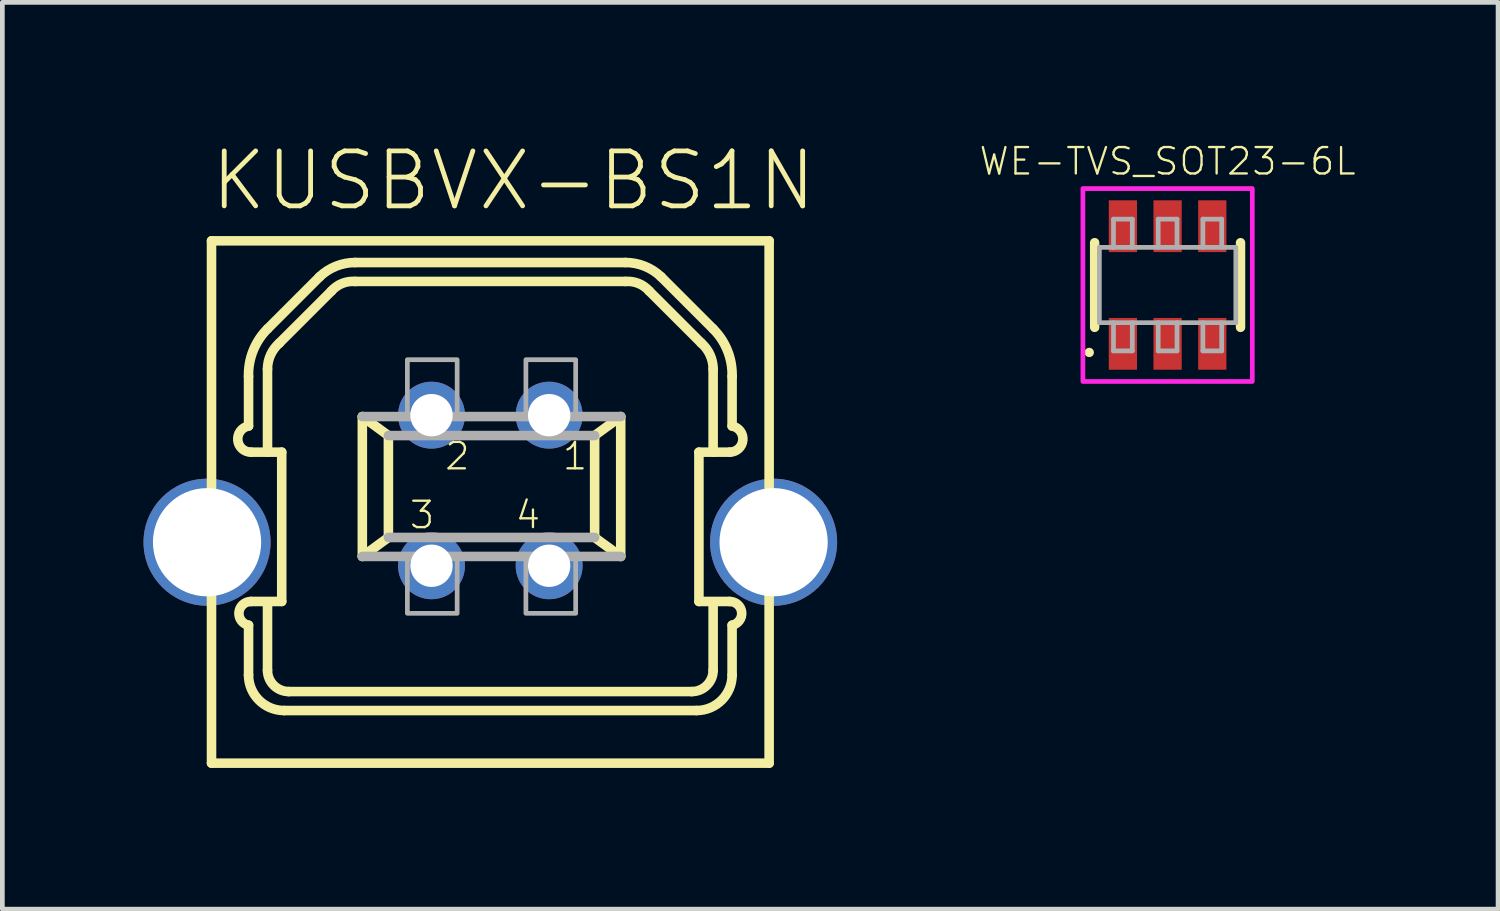
<source format=kicad_pcb>
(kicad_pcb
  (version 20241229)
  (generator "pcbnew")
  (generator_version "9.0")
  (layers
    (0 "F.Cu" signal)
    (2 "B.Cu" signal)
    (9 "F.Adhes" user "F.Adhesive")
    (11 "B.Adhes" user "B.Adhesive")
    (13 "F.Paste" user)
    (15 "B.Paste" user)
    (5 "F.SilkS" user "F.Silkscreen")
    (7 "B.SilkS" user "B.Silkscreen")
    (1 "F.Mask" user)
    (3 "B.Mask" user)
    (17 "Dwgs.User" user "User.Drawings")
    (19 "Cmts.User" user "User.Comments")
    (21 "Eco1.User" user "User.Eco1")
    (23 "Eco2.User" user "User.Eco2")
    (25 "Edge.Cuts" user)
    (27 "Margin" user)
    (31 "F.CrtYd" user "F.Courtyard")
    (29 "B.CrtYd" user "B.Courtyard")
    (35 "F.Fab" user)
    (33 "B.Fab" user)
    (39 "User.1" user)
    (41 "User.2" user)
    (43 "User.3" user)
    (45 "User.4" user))
  (footprint "WE-TVS_SOT23-6L"
    (layer "F.Cu")
    (at 21.763 3.007)
    (property "Reference" "WE-TVS_SOT23-6L" (at 0 -2.3 0) (layer "F.SilkS") (effects (font (size 0.561 0.561) (thickness 0.049)) (justify bottom)))
    (fp_line (start -1.55 0.9) (end -1.55 -0.9) (stroke (width 0.2) (type solid)) (layer "F.SilkS"))
    (fp_line (start 1.55 0.9) (end 1.55 -0.9) (stroke (width 0.2) (type solid)) (layer "F.SilkS"))
    (fp_circle (center -1.665 1.433) (end -1.615 1.433) (stroke (width 0.1) (type solid)) (fill no) (layer "F.SilkS"))
    (fp_poly (pts (xy 1.8 2.05) (xy -1.8 2.05) (xy -1.8 -2.05) (xy 1.8 -2.05)) (stroke (width 0.1) (type default)) (fill no) (layer "F.CrtYd"))
    (fp_line (start -1.45 -0.8) (end -1.45 0.8) (stroke (width 0.1) (type solid)) (layer "F.Fab"))
    (fp_line (start -1.45 0.8) (end 1.45 0.8) (stroke (width 0.1) (type solid)) (layer "F.Fab"))
    (fp_line (start -1.15 -1.4) (end -0.75 -1.4) (stroke (width 0.1) (type solid)) (layer "F.Fab"))
    (fp_line (start -1.15 -0.8) (end -1.45 -0.8) (stroke (width 0.1) (type solid)) (layer "F.Fab"))
    (fp_line (start -1.15 -0.8) (end -1.15 -1.4) (stroke (width 0.1) (type solid)) (layer "F.Fab"))
    (fp_line (start -1.15 1.4) (end -1.15 0.8) (stroke (width 0.1) (type solid)) (layer "F.Fab"))
    (fp_line (start -0.75 -1.4) (end -0.75 -0.8) (stroke (width 0.1) (type solid)) (layer "F.Fab"))
    (fp_line (start -0.75 -0.8) (end -1.15 -0.8) (stroke (width 0.1) (type solid)) (layer "F.Fab"))
    (fp_line (start -0.75 0.8) (end -0.75 1.4) (stroke (width 0.1) (type solid)) (layer "F.Fab"))
    (fp_line (start -0.75 1.4) (end -1.15 1.4) (stroke (width 0.1) (type solid)) (layer "F.Fab"))
    (fp_line (start -0.2 -1.4) (end 0.2 -1.4) (stroke (width 0.1) (type solid)) (layer "F.Fab"))
    (fp_line (start -0.2 -0.8) (end -0.2 -1.4) (stroke (width 0.1) (type solid)) (layer "F.Fab"))
    (fp_line (start -0.2 1.4) (end -0.2 0.8) (stroke (width 0.1) (type solid)) (layer "F.Fab"))
    (fp_line (start 0.2 -1.4) (end 0.2 -0.8) (stroke (width 0.1) (type solid)) (layer "F.Fab"))
    (fp_line (start 0.2 0.8) (end 0.2 1.4) (stroke (width 0.1) (type solid)) (layer "F.Fab"))
    (fp_line (start 0.2 1.4) (end -0.2 1.4) (stroke (width 0.1) (type solid)) (layer "F.Fab"))
    (fp_line (start 0.75 -1.4) (end 1.15 -1.4) (stroke (width 0.1) (type solid)) (layer "F.Fab"))
    (fp_line (start 0.75 -0.8) (end 0.75 -1.4) (stroke (width 0.1) (type solid)) (layer "F.Fab"))
    (fp_line (start 0.75 1.4) (end 0.75 0.8) (stroke (width 0.1) (type solid)) (layer "F.Fab"))
    (fp_line (start 1.15 -1.4) (end 1.15 -0.8) (stroke (width 0.1) (type solid)) (layer "F.Fab"))
    (fp_line (start 1.15 0.8) (end 1.15 1.4) (stroke (width 0.1) (type solid)) (layer "F.Fab"))
    (fp_line (start 1.15 1.4) (end 0.75 1.4) (stroke (width 0.1) (type solid)) (layer "F.Fab"))
    (fp_line (start 1.45 -0.8) (end -0.75 -0.8) (stroke (width 0.1) (type solid)) (layer "F.Fab"))
    (fp_line (start 1.45 0.8) (end 1.45 -0.8) (stroke (width 0.1) (type solid)) (layer "F.Fab"))
    (pad "1" smd rect (at -0.95 1.25) (size 0.6 1.1) (layers "F.Cu" "F.Mask" "F.Paste"))
    (pad "2" smd rect (at 0 1.25) (size 0.6 1.1) (layers "F.Cu" "F.Mask" "F.Paste"))
    (pad "3" smd rect (at 0.95 1.25) (size 0.6 1.1) (layers "F.Cu" "F.Mask" "F.Paste"))
    (pad "4" smd rect (at 0.95 -1.25) (size 0.6 1.1) (layers "F.Cu" "F.Mask" "F.Paste"))
    (pad "5" smd rect (at 0 -1.25) (size 0.6 1.1) (layers "F.Cu" "F.Mask" "F.Paste"))
    (pad "6" smd rect (at -0.95 -1.25) (size 0.6 1.1) (layers "F.Cu" "F.Mask" "F.Paste")))
  (footprint "KUSBVX-BS1N"
    (layer "F.Cu")
    (at 7.37 8.473)
    (property "Reference" "KUSBVX-BS1N" (at -6 -7 0) (layer "F.SilkS") (effects (font (size 1.168 1.168) (thickness 0.102)) (justify left bottom)))
    (fp_line (start -5.925 -6.405) (end 5.925 -6.405) (stroke (width 0.203) (type solid)) (layer "F.SilkS"))
    (fp_line (start -5.925 4.695) (end -5.925 -6.405) (stroke (width 0.203) (type solid)) (layer "F.SilkS"))
    (fp_line (start -5.925 4.695) (end 5.925 4.695) (stroke (width 0.203) (type solid)) (layer "F.SilkS"))
    (fp_line (start -5.138 -3.526) (end -5.138 -2.469) (stroke (width 0.203) (type solid)) (layer "F.SilkS"))
    (fp_line (start -5.138 1.763) (end -5.138 2.821) (stroke (width 0.203) (type solid)) (layer "F.SilkS"))
    (fp_line (start -4.786 -1.914) (end -5.088 -1.914) (stroke (width 0.203) (type solid)) (layer "F.SilkS"))
    (fp_line (start -4.735 -1.914) (end -4.735 -3.678) (stroke (width 0.203) (type solid)) (layer "F.SilkS"))
    (fp_line (start -4.735 -1.914) (end -4.433 -1.914) (stroke (width 0.203) (type solid)) (layer "F.SilkS"))
    (fp_line (start -4.735 2.72) (end -4.735 1.31) (stroke (width 0.203) (type solid)) (layer "F.SilkS"))
    (fp_line (start -4.484 -4.232) (end -3.375 -5.34) (stroke (width 0.203) (type solid)) (layer "F.SilkS"))
    (fp_line (start -4.433 -1.914) (end -4.433 1.259) (stroke (width 0.203) (type solid)) (layer "F.SilkS"))
    (fp_line (start -4.433 1.259) (end -5.088 1.259) (stroke (width 0.203) (type solid)) (layer "F.SilkS"))
    (fp_line (start -4.383 3.577) (end 4.383 3.577) (stroke (width 0.203) (type solid)) (layer "F.SilkS"))
    (fp_line (start -3.627 -5.642) (end -4.735 -4.534) (stroke (width 0.203) (type solid)) (layer "F.SilkS"))
    (fp_line (start -2.872 -5.542) (end 2.872 -5.542) (stroke (width 0.203) (type solid)) (layer "F.SilkS"))
    (fp_line (start -2.72 -2.67) (end -2.166 -2.267) (stroke (width 0.203) (type solid)) (layer "F.SilkS"))
    (fp_line (start -2.72 0.302) (end -2.72 -2.67) (stroke (width 0.203) (type solid)) (layer "F.SilkS"))
    (fp_line (start -2.72 0.302) (end -2.166 -0.101) (stroke (width 0.203) (type solid)) (layer "F.SilkS"))
    (fp_line (start -2.166 -0.101) (end -2.166 -2.267) (stroke (width 0.203) (type solid)) (layer "F.SilkS"))
    (fp_line (start 2.217 -2.267) (end 2.217 -0.101) (stroke (width 0.203) (type solid)) (layer "F.SilkS"))
    (fp_line (start 2.771 -2.67) (end 2.217 -2.267) (stroke (width 0.203) (type solid)) (layer "F.SilkS"))
    (fp_line (start 2.771 -2.67) (end 2.771 0.302) (stroke (width 0.203) (type solid)) (layer "F.SilkS"))
    (fp_line (start 2.771 0.302) (end 2.217 -0.101) (stroke (width 0.203) (type solid)) (layer "F.SilkS"))
    (fp_line (start 2.872 -5.944) (end -2.872 -5.944) (stroke (width 0.203) (type solid)) (layer "F.SilkS"))
    (fp_line (start 3.627 -5.642) (end 4.735 -4.534) (stroke (width 0.203) (type solid)) (layer "F.SilkS"))
    (fp_line (start 4.282 3.174) (end -4.282 3.174) (stroke (width 0.203) (type solid)) (layer "F.SilkS"))
    (fp_line (start 4.433 -1.914) (end 4.433 1.259) (stroke (width 0.203) (type solid)) (layer "F.SilkS"))
    (fp_line (start 4.433 1.259) (end 5.088 1.259) (stroke (width 0.203) (type solid)) (layer "F.SilkS"))
    (fp_line (start 4.484 -4.232) (end 3.375 -5.34) (stroke (width 0.203) (type solid)) (layer "F.SilkS"))
    (fp_line (start 4.735 -1.914) (end 4.433 -1.914) (stroke (width 0.203) (type solid)) (layer "F.SilkS"))
    (fp_line (start 4.735 -1.914) (end 4.735 -3.678) (stroke (width 0.203) (type solid)) (layer "F.SilkS"))
    (fp_line (start 4.735 2.72) (end 4.735 1.31) (stroke (width 0.203) (type solid)) (layer "F.SilkS"))
    (fp_line (start 4.786 -1.914) (end 5.088 -1.914) (stroke (width 0.203) (type solid)) (layer "F.SilkS"))
    (fp_line (start 5.138 -3.526) (end 5.138 -2.469) (stroke (width 0.203) (type solid)) (layer "F.SilkS"))
    (fp_line (start 5.138 1.763) (end 5.138 2.821) (stroke (width 0.203) (type solid)) (layer "F.SilkS"))
    (fp_line (start 5.925 -6.405) (end 5.925 4.695) (stroke (width 0.203) (type solid)) (layer "F.SilkS"))
    (fp_arc (start -5.1385 -3.5264) (mid -5.040322 -4.071509) (end -4.7354 -4.5339) (stroke (width 0.2032) (type solid)) (layer "F.SilkS"))
    (fp_arc (start -5.1385 1.7632) (mid -5.341257 1.488495) (end -5.0881 1.2594) (stroke (width 0.2032) (type solid)) (layer "F.SilkS"))
    (fp_arc (start -5.0881 -1.9143) (mid -5.366343 -2.168387) (end -5.1385 -2.468499) (stroke (width 0.2032) (type solid)) (layer "F.SilkS"))
    (fp_arc (start -4.7354 -3.6775) (mid -4.669497 -3.98186) (end -4.483599 -4.2317) (stroke (width 0.2032) (type solid)) (layer "F.SilkS"))
    (fp_arc (start -4.3828 3.5768) (mid -4.917161 3.355461) (end -5.1385 2.8211) (stroke (width 0.2032) (type solid)) (layer "F.SilkS"))
    (fp_arc (start -4.282 3.1738) (mid -4.602602 3.041002) (end -4.7354 2.7204) (stroke (width 0.2032) (type solid)) (layer "F.SilkS"))
    (fp_arc (start -3.627101 -5.6422) (mid -3.278414 -5.866119) (end -2.8715 -5.9445) (stroke (width 0.2032) (type solid)) (layer "F.SilkS"))
    (fp_arc (start -3.3753 -5.34) (mid -3.147173 -5.500189) (end -2.8715 -5.5415) (stroke (width 0.2032) (type solid)) (layer "F.SilkS"))
    (fp_arc (start 2.8715 -5.9445) (mid 3.278414 -5.866118) (end 3.627101 -5.6422) (stroke (width 0.2032) (type solid)) (layer "F.SilkS"))
    (fp_arc (start 2.8715 -5.5415) (mid 3.147173 -5.500189) (end 3.3753 -5.34) (stroke (width 0.2032) (type solid)) (layer "F.SilkS"))
    (fp_arc (start 4.483599 -4.2317) (mid 4.669497 -3.98186) (end 4.7354 -3.6775) (stroke (width 0.2032) (type solid)) (layer "F.SilkS"))
    (fp_arc (start 4.7354 -4.5339) (mid 5.040322 -4.071509) (end 5.1385 -3.5264) (stroke (width 0.2032) (type solid)) (layer "F.SilkS"))
    (fp_arc (start 4.7354 2.7204) (mid 4.602602 3.041002) (end 4.282 3.1738) (stroke (width 0.2032) (type solid)) (layer "F.SilkS"))
    (fp_arc (start 5.0881 1.2594) (mid 5.341257 1.488495) (end 5.1385 1.7632) (stroke (width 0.2032) (type solid)) (layer "F.SilkS"))
    (fp_arc (start 5.1385 -2.468499) (mid 5.366343 -2.168387) (end 5.0881 -1.9143) (stroke (width 0.2032) (type solid)) (layer "F.SilkS"))
    (fp_arc (start 5.1385 2.8211) (mid 4.917161 3.355461) (end 4.3828 3.5768) (stroke (width 0.2032) (type solid)) (layer "F.SilkS"))
    (fp_line (start -2.72 -2.67) (end 2.771 -2.67) (stroke (width 0.203) (type solid)) (layer "F.Fab"))
    (fp_line (start -2.166 -2.267) (end 2.217 -2.267) (stroke (width 0.203) (type solid)) (layer "F.Fab"))
    (fp_line (start 2.217 -0.101) (end -2.166 -0.101) (stroke (width 0.203) (type solid)) (layer "F.Fab"))
    (fp_line (start 2.771 0.302) (end -2.72 0.302) (stroke (width 0.203) (type solid)) (layer "F.Fab"))
    (fp_poly (pts (xy -1.763 -2.67) (xy -0.705 -2.67) (xy -0.705 -3.879) (xy -1.763 -3.879)) (stroke (width 0.1) (type default)) (fill no) (layer "F.Fab"))
    (fp_poly (pts (xy -1.763 1.511) (xy -0.705 1.511) (xy -0.705 0.302) (xy -1.763 0.302)) (stroke (width 0.1) (type default)) (fill no) (layer "F.Fab"))
    (fp_poly (pts (xy 0.756 -2.67) (xy 1.814 -2.67) (xy 1.814 -3.879) (xy 0.756 -3.879)) (stroke (width 0.1) (type default)) (fill no) (layer "F.Fab"))
    (fp_poly (pts (xy 0.756 1.511) (xy 1.814 1.511) (xy 1.814 0.302) (xy 0.756 0.302)) (stroke (width 0.1) (type default)) (fill no) (layer "F.Fab"))
    (fp_text user "2" (at -1 -1.5 0) (layer "F.SilkS") (effects (font (size 0.561 0.561) (thickness 0.049)) (justify left bottom)))
    (fp_text user "1" (at 1.5 -1.5 0) (layer "F.SilkS") (effects (font (size 0.561 0.561) (thickness 0.049)) (justify left bottom)))
    (fp_text user "4" (at 0.5 -0.25 0) (layer "F.SilkS") (effects (font (size 0.561 0.561) (thickness 0.049)) (justify left bottom)))
    (fp_text user "3" (at -1.75 -0.25 0) (layer "F.SilkS") (effects (font (size 0.561 0.561) (thickness 0.049)) (justify left bottom)))
    (pad "1" thru_hole circle (at 1.25 -2.7) (size 1.422 1.422) (drill 0.9) (layers "*.Cu" "*.Mask"))
    (pad "2" thru_hole circle (at -1.25 -2.7) (size 1.422 1.422) (drill 0.9) (layers "*.Cu" "*.Mask"))
    (pad "3" thru_hole circle (at -1.25 0.5) (size 1.422 1.422) (drill 0.9) (layers "*.Cu" "*.Mask"))
    (pad "4" thru_hole circle (at 1.25 0.5) (size 1.422 1.422) (drill 0.9) (layers "*.Cu" "*.Mask"))
    (pad "M1" thru_hole circle (at -6.02 0) (size 2.7 2.7) (drill 2.3) (layers "*.Cu" "*.Mask"))
    (pad "M2" thru_hole circle (at 6.02 0) (size 2.7 2.7) (drill 2.3) (layers "*.Cu" "*.Mask")))
  (gr_rect
    (start -3 -3)
    (end 28.786 16.27)
    (stroke (width 0.1) (type default))
    (fill no)
    (layer "Edge.Cuts")))
</source>
